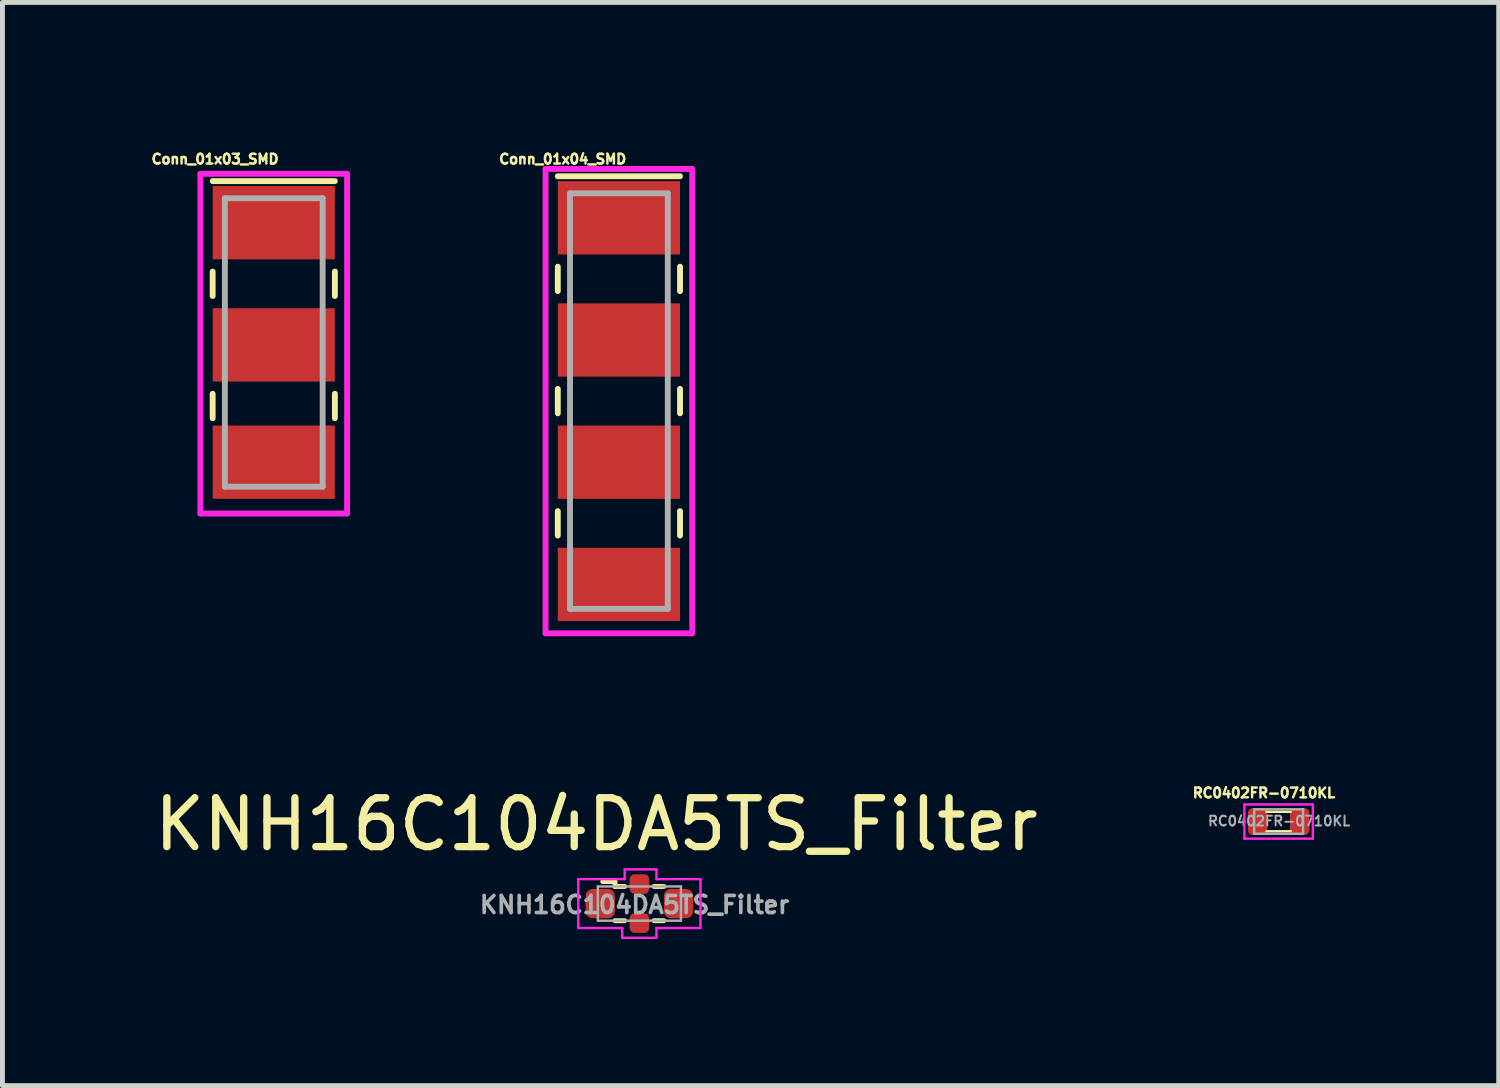
<source format=kicad_pcb>
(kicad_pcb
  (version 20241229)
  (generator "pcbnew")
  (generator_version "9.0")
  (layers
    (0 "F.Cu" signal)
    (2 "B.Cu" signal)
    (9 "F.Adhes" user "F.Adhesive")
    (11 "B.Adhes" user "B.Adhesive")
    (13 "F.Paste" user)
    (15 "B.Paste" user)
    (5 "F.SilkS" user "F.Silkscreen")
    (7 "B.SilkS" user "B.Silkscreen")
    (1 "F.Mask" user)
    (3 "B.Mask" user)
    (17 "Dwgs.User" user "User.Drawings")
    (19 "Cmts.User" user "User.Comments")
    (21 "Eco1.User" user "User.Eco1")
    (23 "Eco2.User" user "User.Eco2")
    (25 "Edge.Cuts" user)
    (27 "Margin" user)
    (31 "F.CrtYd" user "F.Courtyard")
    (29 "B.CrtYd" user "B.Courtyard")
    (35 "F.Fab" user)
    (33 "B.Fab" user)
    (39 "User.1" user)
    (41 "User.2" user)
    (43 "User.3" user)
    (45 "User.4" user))
  (footprint "KNH16C104DA5TS_Filter"
    (layer "F.Cu")
    (at 9.199 15.463)
    (property "Reference" "KNH16C104DA5TS_Filter" (at -0.05 -1.65 0) (layer "F.SilkS") (effects (font (size 1 1) (thickness 0.15))))
    (attr through_hole)
    (fp_line (start 0.08 -0.48) (end 0.33 -0.48) (stroke (width 0.1) (type solid)) (layer "F.SilkS"))
    (fp_line (start 0.33 -0.48) (end 0.33 -0.38) (stroke (width 0.1) (type solid)) (layer "F.SilkS"))
    (fp_line (start 0.33 -0.38) (end 0.53 -0.38) (stroke (width 0.1) (type solid)) (layer "F.SilkS"))
    (fp_line (start 0.53 0.32) (end 0.33 0.32) (stroke (width 0.1) (type solid)) (layer "F.SilkS"))
    (fp_line (start 1.33 -0.38) (end 1.13 -0.38) (stroke (width 0.1) (type solid)) (layer "F.SilkS"))
    (fp_line (start 1.33 0.32) (end 1.13 0.32) (stroke (width 0.1) (type solid)) (layer "F.SilkS"))
    (fp_line (start -0.42 -0.53) (end -0.42 0.47) (stroke (width 0.05) (type solid)) (layer "F.CrtYd"))
    (fp_line (start -0.42 0.47) (end 0.48 0.47) (stroke (width 0.05) (type solid)) (layer "F.CrtYd"))
    (fp_line (start 0.48 0.47) (end 0.48 0.67) (stroke (width 0.05) (type solid)) (layer "F.CrtYd"))
    (fp_line (start 0.48 0.67) (end 1.18 0.67) (stroke (width 0.05) (type solid)) (layer "F.CrtYd"))
    (fp_line (start 0.53 -0.73) (end 0.53 -0.53) (stroke (width 0.05) (type solid)) (layer "F.CrtYd"))
    (fp_line (start 0.53 -0.53) (end -0.42 -0.53) (stroke (width 0.05) (type solid)) (layer "F.CrtYd"))
    (fp_line (start 1.18 -0.73) (end 0.53 -0.73) (stroke (width 0.05) (type solid)) (layer "F.CrtYd"))
    (fp_line (start 1.18 -0.53) (end 1.18 -0.73) (stroke (width 0.05) (type solid)) (layer "F.CrtYd"))
    (fp_line (start 1.18 0.47) (end 2.08 0.47) (stroke (width 0.05) (type solid)) (layer "F.CrtYd"))
    (fp_line (start 1.18 0.67) (end 1.18 0.47) (stroke (width 0.05) (type solid)) (layer "F.CrtYd"))
    (fp_line (start 2.08 -0.53) (end 1.18 -0.53) (stroke (width 0.05) (type solid)) (layer "F.CrtYd"))
    (fp_line (start 2.08 0.47) (end 2.08 -0.53) (stroke (width 0.05) (type solid)) (layer "F.CrtYd"))
    (fp_line (start -0.02 -0.38) (end -0.02 0.32) (stroke (width 0.05) (type solid)) (layer "F.Fab"))
    (fp_line (start -0.02 -0.38) (end 1.68 -0.38) (stroke (width 0.05) (type solid)) (layer "F.Fab"))
    (fp_line (start -0.02 0.32) (end 1.68 0.32) (stroke (width 0.05) (type solid)) (layer "F.Fab"))
    (fp_line (start 1.68 0.32) (end 1.68 -0.38) (stroke (width 0.05) (type solid)) (layer "F.Fab"))
    (fp_text user "${REFERENCE}" (at 0.73 -0.005 0) (layer "F.Fab") (effects (font (size 0.35 0.35) (thickness 0.075))))
    (pad "1" smd roundrect (at 0.03 -0.03) (size 0.6 0.6) (layers "F.Cu" "F.Mask" "F.Paste") (roundrect_rratio 0.24))
    (pad "2" smd roundrect (at 0.83 0.37) (size 0.4 0.4) (layers "F.Cu" "F.Mask" "F.Paste") (roundrect_rratio 0.25))
    (pad "3" smd roundrect (at 1.63 -0.03) (size 0.6 0.6) (layers "F.Cu" "F.Mask" "F.Paste") (roundrect_rratio 0.24))
    (pad "4" smd roundrect (at 0.83 -0.43) (size 0.4 0.4) (layers "F.Cu" "F.Mask" "F.Paste") (roundrect_rratio 0.25)))
  (footprint "Conn_01x04_SMD"
    (layer "F.Cu")
    (at 8.06 0.305)
    (property "Reference" "Conn_01x04_SMD" (at 0.4 -0.1 0) (layer "F.SilkS") (effects (font (size 0.2 0.2) (thickness 0.05))))
    (attr through_hole)
    (fp_line (start 0.3 0.25) (end 2.8 0.25) (stroke (width 0.12) (type solid)) (layer "F.SilkS"))
    (fp_line (start 0.3 2.1) (end 0.3 2.6) (stroke (width 0.12) (type solid)) (layer "F.SilkS"))
    (fp_line (start 0.3 4.6) (end 0.3 5.1) (stroke (width 0.12) (type solid)) (layer "F.SilkS"))
    (fp_line (start 0.3 7.1) (end 0.3 7.6) (stroke (width 0.12) (type solid)) (layer "F.SilkS"))
    (fp_line (start 2.8 2.1) (end 2.8 2.6) (stroke (width 0.12) (type solid)) (layer "F.SilkS"))
    (fp_line (start 2.8 4.6) (end 2.8 5.1) (stroke (width 0.12) (type solid)) (layer "F.SilkS"))
    (fp_line (start 2.8 7.1) (end 2.8 7.6) (stroke (width 0.12) (type solid)) (layer "F.SilkS"))
    (fp_line (start 0.05 0.1) (end 0.05 9.6) (stroke (width 0.12) (type solid)) (layer "F.CrtYd"))
    (fp_line (start 0.05 9.6) (end 3.05 9.6) (stroke (width 0.12) (type solid)) (layer "F.CrtYd"))
    (fp_line (start 3.05 0.1) (end 0.05 0.1) (stroke (width 0.12) (type solid)) (layer "F.CrtYd"))
    (fp_line (start 3.05 9.6) (end 3.05 0.1) (stroke (width 0.12) (type solid)) (layer "F.CrtYd"))
    (fp_line (start 0.55 0.6) (end 0.55 9.1) (stroke (width 0.12) (type solid)) (layer "F.Fab"))
    (fp_line (start 0.55 9.1) (end 2.55 9.1) (stroke (width 0.12) (type solid)) (layer "F.Fab"))
    (fp_line (start 2.55 0.6) (end 0.55 0.6) (stroke (width 0.12) (type solid)) (layer "F.Fab"))
    (fp_line (start 2.55 9.1) (end 2.55 0.6) (stroke (width 0.12) (type solid)) (layer "F.Fab"))
    (pad "1" smd rect (at 1.55 1.1) (size 2.5 1.5) (layers "F.Cu" "F.Mask" "F.Paste"))
    (pad "2" smd rect (at 1.55 3.6) (size 2.5 1.5) (layers "F.Cu" "F.Mask" "F.Paste"))
    (pad "3" smd rect (at 1.55 6.1) (size 2.5 1.5) (layers "F.Cu" "F.Mask" "F.Paste"))
    (pad "4" smd rect (at 1.55 8.6) (size 2.5 1.5) (layers "F.Cu" "F.Mask" "F.Paste")))
  (footprint "RC0402FR-0710KL"
    (layer "F.Cu")
    (at 23.115 13.745)
    (property "Reference" "RC0402FR-0710KL" (at -0.31 -0.575 0) (layer "F.SilkS") (effects (font (size 0.2 0.2) (thickness 0.05))))
    (attr through_hole)
    (fp_line (start -0.26 -0.19) (end 0.24 -0.19) (stroke (width 0.05) (type solid)) (layer "F.SilkS"))
    (fp_line (start 0.24 0.21) (end -0.26 0.21) (stroke (width 0.05) (type solid)) (layer "F.SilkS"))
    (fp_line (start -0.71 -0.34) (end -0.71 0.36) (stroke (width 0.05) (type solid)) (layer "F.CrtYd"))
    (fp_line (start -0.71 0.36) (end 0.69 0.36) (stroke (width 0.05) (type solid)) (layer "F.CrtYd"))
    (fp_line (start 0.69 -0.34) (end -0.71 -0.34) (stroke (width 0.05) (type solid)) (layer "F.CrtYd"))
    (fp_line (start 0.69 0.36) (end 0.69 -0.34) (stroke (width 0.05) (type solid)) (layer "F.CrtYd"))
    (fp_line (start -0.51 -0.24) (end -0.51 0.26) (stroke (width 0.05) (type solid)) (layer "F.Fab"))
    (fp_line (start -0.51 -0.24) (end 0.49 -0.24) (stroke (width 0.05) (type solid)) (layer "F.Fab"))
    (fp_line (start 0.49 -0.24) (end 0.49 0.26) (stroke (width 0.05) (type solid)) (layer "F.Fab"))
    (fp_line (start 0.49 0.26) (end -0.51 0.26) (stroke (width 0.05) (type solid)) (layer "F.Fab"))
    (fp_text user "${REFERENCE}" (at 0 0 0) (layer "F.Fab") (effects (font (size 0.2 0.2) (thickness 0.04))))
    (pad "1" smd roundrect (at -0.44 0.01) (size 0.4 0.55) (layers "F.Cu" "F.Mask" "F.Paste") (roundrect_rratio 0.25))
    (pad "2" smd roundrect (at 0.42 0.01) (size 0.4 0.55) (layers "F.Cu" "F.Mask" "F.Paste") (roundrect_rratio 0.25)))
  (footprint "Conn_01x03_SMD"
    (layer "F.Cu")
    (at 0.85 0.405)
    (property "Reference" "Conn_01x03_SMD" (at 0.5 -0.2 0) (layer "F.SilkS") (effects (font (size 0.2 0.2) (thickness 0.05))))
    (attr through_hole)
    (fp_line (start 0.45 0.25) (end 2.95 0.25) (stroke (width 0.12) (type solid)) (layer "F.SilkS"))
    (fp_line (start 0.45 2.1) (end 0.45 2.6) (stroke (width 0.12) (type solid)) (layer "F.SilkS"))
    (fp_line (start 0.45 4.6) (end 0.45 5.1) (stroke (width 0.12) (type solid)) (layer "F.SilkS"))
    (fp_line (start 2.95 2.1) (end 2.95 2.6) (stroke (width 0.12) (type solid)) (layer "F.SilkS"))
    (fp_line (start 2.95 4.6) (end 2.95 5.1) (stroke (width 0.12) (type solid)) (layer "F.SilkS"))
    (fp_line (start 0.2 0.1) (end 0.2 7.05) (stroke (width 0.12) (type solid)) (layer "F.CrtYd"))
    (fp_line (start 0.2 7.05) (end 3.2 7.05) (stroke (width 0.12) (type solid)) (layer "F.CrtYd"))
    (fp_line (start 3.2 0.1) (end 0.2 0.1) (stroke (width 0.12) (type solid)) (layer "F.CrtYd"))
    (fp_line (start 3.2 7.05) (end 3.2 0.1) (stroke (width 0.12) (type solid)) (layer "F.CrtYd"))
    (fp_line (start 0.7 0.6) (end 0.7 6.5) (stroke (width 0.12) (type solid)) (layer "F.Fab"))
    (fp_line (start 0.7 6.5) (end 2.7 6.5) (stroke (width 0.12) (type solid)) (layer "F.Fab"))
    (fp_line (start 2.7 0.6) (end 0.7 0.6) (stroke (width 0.12) (type solid)) (layer "F.Fab"))
    (fp_line (start 2.7 6.5) (end 2.7 0.6) (stroke (width 0.12) (type solid)) (layer "F.Fab"))
    (pad "1" smd rect (at 1.7 1.1) (size 2.5 1.5) (layers "F.Cu" "F.Mask" "F.Paste"))
    (pad "2" smd rect (at 1.7 3.6) (size 2.5 1.5) (layers "F.Cu" "F.Mask" "F.Paste"))
    (pad "3" smd rect (at 1.7 6) (size 2.5 1.5) (layers "F.Cu" "F.Mask" "F.Paste")))
  (gr_rect
    (start -3 -3)
    (end 27.607 19.158)
    (stroke (width 0.1) (type default))
    (fill no)
    (layer "Edge.Cuts")))
</source>
